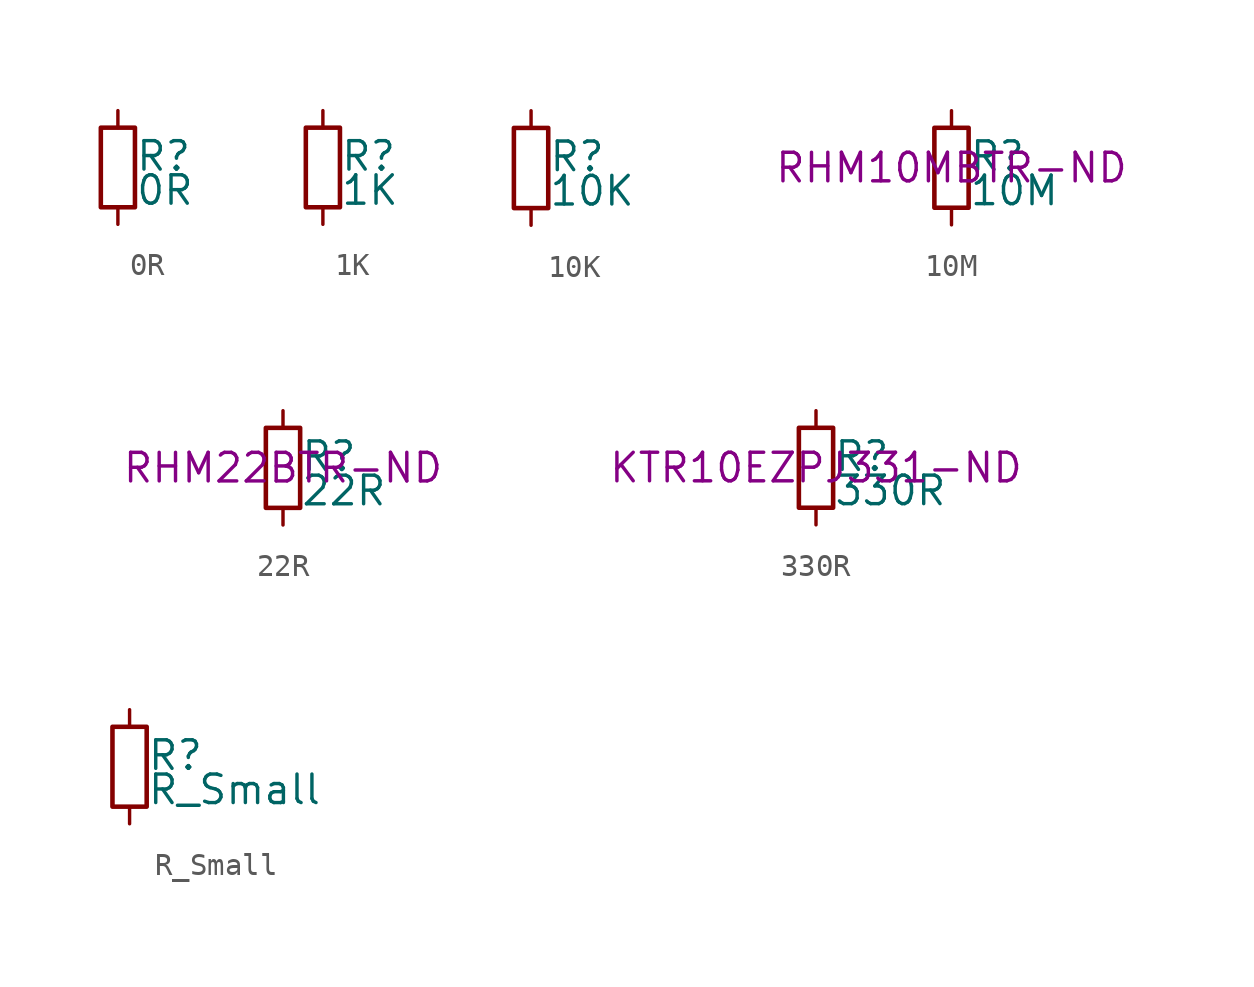
<source format=kicad_sym>
(kicad_symbol_lib
  (version 20231120)
  (generator "kicad_symbol_editor")
  (generator_version "8.0")
  (symbol "0R"
    (pin_numbers hide)
    (pin_names
      (offset 0.254) hide)
    (property "Reference" "R"
      (at 0.762 0.508 0)
      (effects (font (size 1.27 1.27)) (justify left)))
    (property "Value" "0R"
      (at 0.762 -1.016 0)
      (effects (font (size 1.27 1.27)) (justify left)))
    (property "Digikey part number" ""
      (at 0 0 0)
      (effects (font (size 1.27 1.27))))
    (symbol "0R_0_1"
      (rectangle (start -0.762 1.778) (end 0.762 -1.778) (stroke (width 0.203) (type default)) (fill (type none))))
    (symbol "0R_1_1"
      (pin passive line (at 0 2.54 270) (length 0.762) (name "~" (effects (font (size 1.27 1.27)))) (number "1" (effects (font (size 1.27 1.27)))))
      (pin passive line (at 0 -2.54 90) (length 0.762) (name "~" (effects (font (size 1.27 1.27)))) (number "2" (effects (font (size 1.27 1.27)))))))
  (symbol "1K"
    (pin_numbers hide)
    (pin_names
      (offset 0.254) hide)
    (property "Reference" "R"
      (at 0.762 0.508 0)
      (effects (font (size 1.27 1.27)) (justify left)))
    (property "Value" "1K"
      (at 0.762 -1.016 0)
      (effects (font (size 1.27 1.27)) (justify left)))
    (symbol "1K_0_1"
      (rectangle (start -0.762 1.778) (end 0.762 -1.778) (stroke (width 0.203) (type default)) (fill (type none))))
    (symbol "1K_1_1"
      (pin passive line (at 0 2.54 270) (length 0.762) (name "~" (effects (font (size 1.27 1.27)))) (number "1" (effects (font (size 1.27 1.27)))))
      (pin passive line (at 0 -2.54 90) (length 0.762) (name "~" (effects (font (size 1.27 1.27)))) (number "2" (effects (font (size 1.27 1.27)))))))
  (symbol "10K"
    (pin_numbers hide)
    (pin_names
      (offset 0.254) hide)
    (property "Reference" "R"
      (at 0.762 0.508 0)
      (effects (font (size 1.27 1.27)) (justify left)))
    (property "Value" "10K"
      (at 0.762 -1.016 0)
      (effects (font (size 1.27 1.27)) (justify left)))
    (symbol "10K_0_1"
      (rectangle (start -0.762 1.778) (end 0.762 -1.778) (stroke (width 0.203) (type default)) (fill (type none))))
    (symbol "10K_1_1"
      (pin passive line (at 0 2.54 270) (length 0.762) (name "~" (effects (font (size 1.27 1.27)))) (number "1" (effects (font (size 1.27 1.27)))))
      (pin passive line (at 0 -2.54 90) (length 0.762) (name "~" (effects (font (size 1.27 1.27)))) (number "2" (effects (font (size 1.27 1.27)))))))
  (symbol "10M"
    (pin_numbers hide)
    (pin_names
      (offset 0.254) hide)
    (property "Reference" "R"
      (at 0.762 0.508 0)
      (effects (font (size 1.27 1.27)) (justify left)))
    (property "Value" "10M"
      (at 0.762 -1.016 0)
      (effects (font (size 1.27 1.27)) (justify left)))
    (property "Digikey part number" "RHM10MBTR-ND"
      (at 0 0 0)
      (effects (font (size 1.27 1.27))))
    (symbol "10M_0_1"
      (rectangle (start -0.762 1.778) (end 0.762 -1.778) (stroke (width 0.203) (type default)) (fill (type none))))
    (symbol "10M_1_1"
      (pin passive line (at 0 2.54 270) (length 0.762) (name "~" (effects (font (size 1.27 1.27)))) (number "1" (effects (font (size 1.27 1.27)))))
      (pin passive line (at 0 -2.54 90) (length 0.762) (name "~" (effects (font (size 1.27 1.27)))) (number "2" (effects (font (size 1.27 1.27)))))))
  (symbol "22R"
    (pin_numbers hide)
    (pin_names
      (offset 0.254) hide)
    (property "Reference" "R"
      (at 0.762 0.508 0)
      (effects (font (size 1.27 1.27)) (justify left)))
    (property "Value" "22R"
      (at 0.762 -1.016 0)
      (effects (font (size 1.27 1.27)) (justify left)))
    (property "Digikey part number" "RHM22BTR-ND"
      (at 0 0 0)
      (effects (font (size 1.27 1.27))))
    (symbol "22R_0_1"
      (rectangle (start -0.762 1.778) (end 0.762 -1.778) (stroke (width 0.203) (type default)) (fill (type none))))
    (symbol "22R_1_1"
      (pin passive line (at 0 2.54 270) (length 0.762) (name "~" (effects (font (size 1.27 1.27)))) (number "1" (effects (font (size 1.27 1.27)))))
      (pin passive line (at 0 -2.54 90) (length 0.762) (name "~" (effects (font (size 1.27 1.27)))) (number "2" (effects (font (size 1.27 1.27)))))))
  (symbol "330R"
    (pin_numbers hide)
    (pin_names
      (offset 0.254) hide)
    (property "Reference" "R"
      (at 0.762 0.508 0)
      (effects (font (size 1.27 1.27)) (justify left)))
    (property "Value" "330R"
      (at 0.762 -1.016 0)
      (effects (font (size 1.27 1.27)) (justify left)))
    (property "Digikey part number" "KTR10EZPJ331-ND"
      (at 0 0 0)
      (effects (font (size 1.27 1.27))))
    (symbol "330R_0_1"
      (rectangle (start -0.762 1.778) (end 0.762 -1.778) (stroke (width 0.203) (type default)) (fill (type none))))
    (symbol "330R_1_1"
      (pin passive line (at 0 2.54 270) (length 0.762) (name "~" (effects (font (size 1.27 1.27)))) (number "1" (effects (font (size 1.27 1.27)))))
      (pin passive line (at 0 -2.54 90) (length 0.762) (name "~" (effects (font (size 1.27 1.27)))) (number "2" (effects (font (size 1.27 1.27)))))))
  (symbol "R_Small"
    (pin_numbers hide)
    (pin_names
      (offset 0.254) hide)
    (property "Reference" "R"
      (at 0.762 0.508 0)
      (effects (font (size 1.27 1.27)) (justify left)))
    (property "Value" "R_Small"
      (at 0.762 -1.016 0)
      (effects (font (size 1.27 1.27)) (justify left)))
    (property "Digikey part number" ""
      (at 0 0 0)
      (effects (font (size 1.27 1.27))))
    (symbol "R_Small_0_1"
      (rectangle (start -0.762 1.778) (end 0.762 -1.778) (stroke (width 0.203) (type default)) (fill (type none))))
    (symbol "R_Small_1_1"
      (pin passive line (at 0 2.54 270) (length 0.762) (name "~" (effects (font (size 1.27 1.27)))) (number "1" (effects (font (size 1.27 1.27)))))
      (pin passive line (at 0 -2.54 90) (length 0.762) (name "~" (effects (font (size 1.27 1.27)))) (number "2" (effects (font (size 1.27 1.27))))))))
</source>
